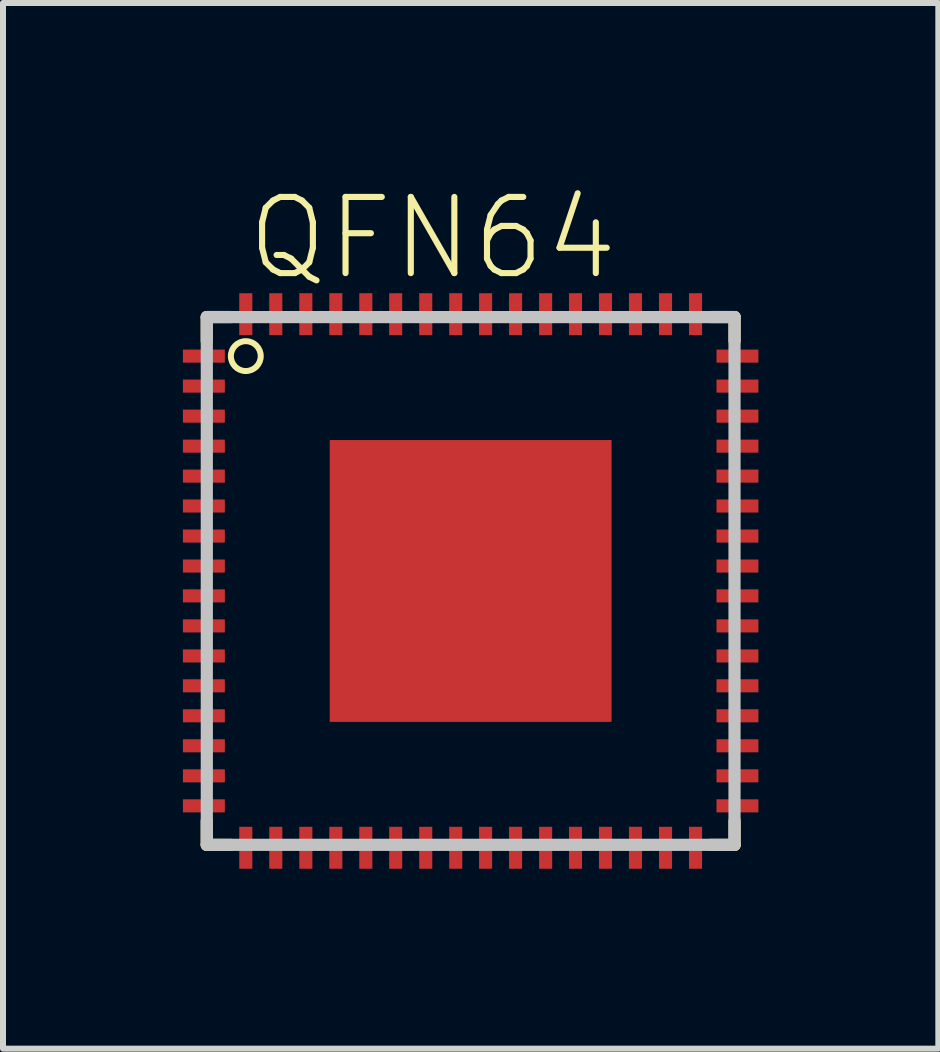
<source format=kicad_pcb>
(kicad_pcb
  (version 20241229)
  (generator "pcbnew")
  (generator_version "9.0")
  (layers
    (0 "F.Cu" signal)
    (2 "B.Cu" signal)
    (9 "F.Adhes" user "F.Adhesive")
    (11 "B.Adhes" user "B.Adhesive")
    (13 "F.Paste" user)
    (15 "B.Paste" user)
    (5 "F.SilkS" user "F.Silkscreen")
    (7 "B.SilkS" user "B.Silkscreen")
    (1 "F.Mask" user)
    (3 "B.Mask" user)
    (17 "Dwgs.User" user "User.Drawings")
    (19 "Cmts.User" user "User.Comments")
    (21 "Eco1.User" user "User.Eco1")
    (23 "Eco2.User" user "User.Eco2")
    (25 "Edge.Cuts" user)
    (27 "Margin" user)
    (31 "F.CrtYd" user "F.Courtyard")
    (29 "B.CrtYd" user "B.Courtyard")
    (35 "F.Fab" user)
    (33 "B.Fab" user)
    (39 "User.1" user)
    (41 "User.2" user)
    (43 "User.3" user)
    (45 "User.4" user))
  (footprint "QFN64"
    (layer "F.Cu")
    (at 4.797 6.636)
    (property "Reference" "QFN64" (at -0.635 -5.715 0) (layer "F.SilkS") (effects (font (size 1.27 1.27) (thickness 0.102))))
    (attr smd)
    (fp_line (start -4.4 -4.4) (end -4.4 -4) (stroke (width 0.203) (type solid)) (layer "F.SilkS"))
    (fp_line (start -4.4 -4.4) (end -4 -4.4) (stroke (width 0.203) (type solid)) (layer "F.SilkS"))
    (fp_line (start -4.4 4.4) (end -4.4 4) (stroke (width 0.203) (type solid)) (layer "F.SilkS"))
    (fp_line (start -4 4.4) (end -4.4 4.4) (stroke (width 0.203) (type solid)) (layer "F.SilkS"))
    (fp_line (start 4.4 -4.4) (end 4 -4.4) (stroke (width 0.203) (type solid)) (layer "F.SilkS"))
    (fp_line (start 4.4 -4.4) (end 4.4 -4) (stroke (width 0.203) (type solid)) (layer "F.SilkS"))
    (fp_line (start 4.4 4) (end 4.4 4.4) (stroke (width 0.203) (type solid)) (layer "F.SilkS"))
    (fp_line (start 4.4 4.4) (end 4 4.4) (stroke (width 0.203) (type solid)) (layer "F.SilkS"))
    (fp_circle (center -3.749 -3.749) (end -3.5 -3.749) (stroke (width 0.1) (type solid)) (fill no) (layer "F.SilkS"))
    (fp_line (start -4.399 -4.399) (end -4.399 4.399) (stroke (width 0.203) (type solid)) (layer "Dwgs.User"))
    (fp_line (start -4.399 4.399) (end 4.399 4.399) (stroke (width 0.203) (type solid)) (layer "Dwgs.User"))
    (fp_line (start 4.399 -4.399) (end -4.399 -4.399) (stroke (width 0.203) (type solid)) (layer "Dwgs.User"))
    (fp_line (start 4.399 4.399) (end 4.399 -4.399) (stroke (width 0.203) (type solid)) (layer "Dwgs.User"))
    (pad "" smd rect (at -1.15 -1.15) (size 1.5 1.5) (layers "F.Cu" "F.Paste"))
    (pad "" smd rect (at -1.15 1.15) (size 1.5 1.5) (layers "F.Cu" "F.Paste"))
    (pad "" smd rect (at 1.15 -1.15) (size 1.5 1.5) (layers "F.Cu" "F.Paste"))
    (pad "" smd rect (at 1.15 1.15) (size 1.5 1.5) (layers "F.Cu" "F.Paste"))
    (pad "1" smd rect (at -4.448 -3.749) (size 0.699 0.218) (layers "F.Cu" "F.Mask" "F.Paste"))
    (pad "2" smd rect (at -4.448 -3.249) (size 0.699 0.218) (layers "F.Cu" "F.Mask" "F.Paste"))
    (pad "3" smd rect (at -4.448 -2.748) (size 0.699 0.218) (layers "F.Cu" "F.Mask" "F.Paste"))
    (pad "4" smd rect (at -4.448 -2.248) (size 0.699 0.218) (layers "F.Cu" "F.Mask" "F.Paste"))
    (pad "5" smd rect (at -4.448 -1.748) (size 0.699 0.218) (layers "F.Cu" "F.Mask" "F.Paste"))
    (pad "6" smd rect (at -4.448 -1.25) (size 0.699 0.218) (layers "F.Cu" "F.Mask" "F.Paste"))
    (pad "7" smd rect (at -4.448 -0.749) (size 0.699 0.218) (layers "F.Cu" "F.Mask" "F.Paste"))
    (pad "8" smd rect (at -4.448 -0.249) (size 0.699 0.218) (layers "F.Cu" "F.Mask" "F.Paste"))
    (pad "9" smd rect (at -4.448 0.249) (size 0.699 0.218) (layers "F.Cu" "F.Mask" "F.Paste"))
    (pad "10" smd rect (at -4.448 0.749) (size 0.699 0.218) (layers "F.Cu" "F.Mask" "F.Paste"))
    (pad "11" smd rect (at -4.448 1.25) (size 0.699 0.218) (layers "F.Cu" "F.Mask" "F.Paste"))
    (pad "12" smd rect (at -4.448 1.748) (size 0.699 0.218) (layers "F.Cu" "F.Mask" "F.Paste"))
    (pad "13" smd rect (at -4.448 2.248) (size 0.699 0.218) (layers "F.Cu" "F.Mask" "F.Paste"))
    (pad "14" smd rect (at -4.448 2.748) (size 0.699 0.218) (layers "F.Cu" "F.Mask" "F.Paste"))
    (pad "15" smd rect (at -4.448 3.249) (size 0.699 0.218) (layers "F.Cu" "F.Mask" "F.Paste"))
    (pad "16" smd rect (at -4.448 3.749) (size 0.699 0.218) (layers "F.Cu" "F.Mask" "F.Paste"))
    (pad "17" smd rect (at -3.749 4.448 90) (size 0.699 0.218) (layers "F.Cu" "F.Mask" "F.Paste"))
    (pad "18" smd rect (at -3.249 4.448 90) (size 0.699 0.218) (layers "F.Cu" "F.Mask" "F.Paste"))
    (pad "19" smd rect (at -2.748 4.448 90) (size 0.699 0.218) (layers "F.Cu" "F.Mask" "F.Paste"))
    (pad "20" smd rect (at -2.248 4.448 90) (size 0.699 0.218) (layers "F.Cu" "F.Mask" "F.Paste"))
    (pad "21" smd rect (at -1.748 4.448 90) (size 0.699 0.218) (layers "F.Cu" "F.Mask" "F.Paste"))
    (pad "22" smd rect (at -1.25 4.448 90) (size 0.699 0.218) (layers "F.Cu" "F.Mask" "F.Paste"))
    (pad "23" smd rect (at -0.749 4.448 90) (size 0.699 0.218) (layers "F.Cu" "F.Mask" "F.Paste"))
    (pad "24" smd rect (at -0.249 4.448 90) (size 0.699 0.218) (layers "F.Cu" "F.Mask" "F.Paste"))
    (pad "25" smd rect (at 0.249 4.448 90) (size 0.699 0.218) (layers "F.Cu" "F.Mask" "F.Paste"))
    (pad "26" smd rect (at 0.749 4.448 90) (size 0.699 0.218) (layers "F.Cu" "F.Mask" "F.Paste"))
    (pad "27" smd rect (at 1.25 4.448 90) (size 0.699 0.218) (layers "F.Cu" "F.Mask" "F.Paste"))
    (pad "28" smd rect (at 1.748 4.448 90) (size 0.699 0.218) (layers "F.Cu" "F.Mask" "F.Paste"))
    (pad "29" smd rect (at 2.248 4.448 90) (size 0.699 0.218) (layers "F.Cu" "F.Mask" "F.Paste"))
    (pad "30" smd rect (at 2.748 4.448 90) (size 0.699 0.218) (layers "F.Cu" "F.Mask" "F.Paste"))
    (pad "31" smd rect (at 3.249 4.448 90) (size 0.699 0.218) (layers "F.Cu" "F.Mask" "F.Paste"))
    (pad "32" smd rect (at 3.749 4.448 90) (size 0.699 0.218) (layers "F.Cu" "F.Mask" "F.Paste"))
    (pad "33" smd rect (at 4.448 3.749 180) (size 0.699 0.218) (layers "F.Cu" "F.Mask" "F.Paste"))
    (pad "34" smd rect (at 4.448 3.249 180) (size 0.699 0.218) (layers "F.Cu" "F.Mask" "F.Paste"))
    (pad "35" smd rect (at 4.448 2.748 180) (size 0.699 0.218) (layers "F.Cu" "F.Mask" "F.Paste"))
    (pad "36" smd rect (at 4.448 2.248 180) (size 0.699 0.218) (layers "F.Cu" "F.Mask" "F.Paste"))
    (pad "37" smd rect (at 4.448 1.748 180) (size 0.699 0.218) (layers "F.Cu" "F.Mask" "F.Paste"))
    (pad "38" smd rect (at 4.448 1.25 180) (size 0.699 0.218) (layers "F.Cu" "F.Mask" "F.Paste"))
    (pad "39" smd rect (at 4.448 0.749 180) (size 0.699 0.218) (layers "F.Cu" "F.Mask" "F.Paste"))
    (pad "40" smd rect (at 4.448 0.249 180) (size 0.699 0.218) (layers "F.Cu" "F.Mask" "F.Paste"))
    (pad "41" smd rect (at 4.448 -0.249 180) (size 0.699 0.218) (layers "F.Cu" "F.Mask" "F.Paste"))
    (pad "42" smd rect (at 4.448 -0.749 180) (size 0.699 0.218) (layers "F.Cu" "F.Mask" "F.Paste"))
    (pad "43" smd rect (at 4.448 -1.25 180) (size 0.699 0.218) (layers "F.Cu" "F.Mask" "F.Paste"))
    (pad "44" smd rect (at 4.448 -1.748 180) (size 0.699 0.218) (layers "F.Cu" "F.Mask" "F.Paste"))
    (pad "45" smd rect (at 4.448 -2.248 180) (size 0.699 0.218) (layers "F.Cu" "F.Mask" "F.Paste"))
    (pad "46" smd rect (at 4.448 -2.748 180) (size 0.699 0.218) (layers "F.Cu" "F.Mask" "F.Paste"))
    (pad "47" smd rect (at 4.448 -3.249 180) (size 0.699 0.218) (layers "F.Cu" "F.Mask" "F.Paste"))
    (pad "48" smd rect (at 4.448 -3.749 180) (size 0.699 0.218) (layers "F.Cu" "F.Mask" "F.Paste"))
    (pad "49" smd rect (at 3.749 -4.448 270) (size 0.699 0.218) (layers "F.Cu" "F.Mask" "F.Paste"))
    (pad "50" smd rect (at 3.249 -4.448 270) (size 0.699 0.218) (layers "F.Cu" "F.Mask" "F.Paste"))
    (pad "51" smd rect (at 2.748 -4.448 270) (size 0.699 0.218) (layers "F.Cu" "F.Mask" "F.Paste"))
    (pad "52" smd rect (at 2.248 -4.448 270) (size 0.699 0.218) (layers "F.Cu" "F.Mask" "F.Paste"))
    (pad "53" smd rect (at 1.748 -4.448 270) (size 0.699 0.218) (layers "F.Cu" "F.Mask" "F.Paste"))
    (pad "54" smd rect (at 1.25 -4.448 270) (size 0.699 0.218) (layers "F.Cu" "F.Mask" "F.Paste"))
    (pad "55" smd rect (at 0.749 -4.448 270) (size 0.699 0.218) (layers "F.Cu" "F.Mask" "F.Paste"))
    (pad "56" smd rect (at 0.249 -4.448 270) (size 0.699 0.218) (layers "F.Cu" "F.Mask" "F.Paste"))
    (pad "57" smd rect (at -0.249 -4.448 270) (size 0.699 0.218) (layers "F.Cu" "F.Mask" "F.Paste"))
    (pad "58" smd rect (at -0.749 -4.448 270) (size 0.699 0.218) (layers "F.Cu" "F.Mask" "F.Paste"))
    (pad "59" smd rect (at -1.25 -4.448 270) (size 0.699 0.218) (layers "F.Cu" "F.Mask" "F.Paste"))
    (pad "60" smd rect (at -1.748 -4.448 270) (size 0.699 0.218) (layers "F.Cu" "F.Mask" "F.Paste"))
    (pad "61" smd rect (at -2.248 -4.448 270) (size 0.699 0.218) (layers "F.Cu" "F.Mask" "F.Paste"))
    (pad "62" smd rect (at -2.748 -4.448 270) (size 0.699 0.218) (layers "F.Cu" "F.Mask" "F.Paste"))
    (pad "63" smd rect (at -3.249 -4.448 270) (size 0.699 0.218) (layers "F.Cu" "F.Mask" "F.Paste"))
    (pad "64" smd rect (at -3.749 -4.448 270) (size 0.699 0.218) (layers "F.Cu" "F.Mask" "F.Paste"))
    (pad "65" smd rect (at 0 0) (size 4.699 4.699) (layers "F.Cu" "F.Mask")))
  (gr_rect
    (start -3 -3)
    (end 12.594 14.433)
    (stroke (width 0.1) (type default))
    (fill no)
    (layer "Edge.Cuts")))
</source>
